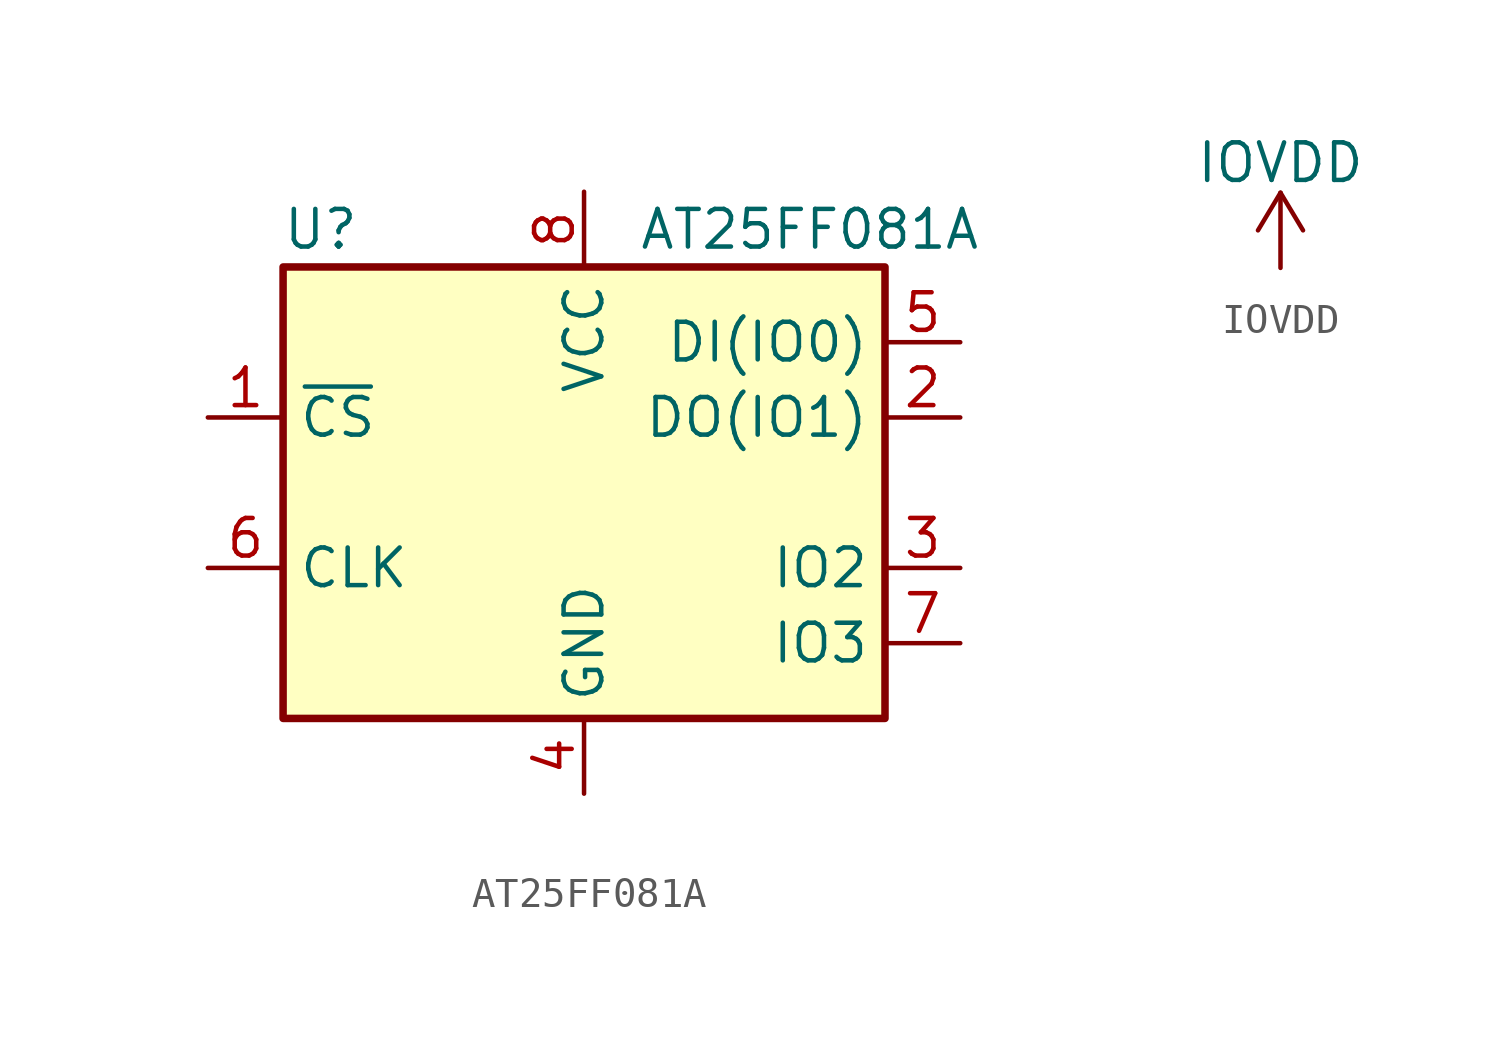
<source format=kicad_sym>
(kicad_symbol_lib
  (version 20211014)
  (generator kicad_symbol_editor)
  (symbol "AT25FF081A"
    (property "Reference" "U"
      (at -8.89 8.89 0)
      (effects (font (size 1.27 1.27))))
    (property "Value" "AT25FF081A"
      (at 7.62 8.89 0)
      (effects (font (size 1.27 1.27))))
    (symbol "AT25FF081A_0_1"
      (rectangle (start -10.16 7.62) (end 10.16 -7.62) (stroke (width 0.254) (type default) (color 0 0 0 0)) (fill (type background))))
    (symbol "AT25FF081A_1_1"
      (pin input line (at -12.7 2.54 0) (length 2.54) (name "~{CS}" (effects (font (size 1.27 1.27)))) (number "1" (effects (font (size 1.27 1.27)))))
      (pin bidirectional line (at 12.7 2.54 180) (length 2.54) (name "DO(IO1)" (effects (font (size 1.27 1.27)))) (number "2" (effects (font (size 1.27 1.27)))))
      (pin bidirectional line (at 12.7 -2.54 180) (length 2.54) (name "IO2" (effects (font (size 1.27 1.27)))) (number "3" (effects (font (size 1.27 1.27)))))
      (pin power_in line (at 0 -10.16 90) (length 2.54) (name "GND" (effects (font (size 1.27 1.27)))) (number "4" (effects (font (size 1.27 1.27)))))
      (pin bidirectional line (at 12.7 5.08 180) (length 2.54) (name "DI(IO0)" (effects (font (size 1.27 1.27)))) (number "5" (effects (font (size 1.27 1.27)))))
      (pin input line (at -12.7 -2.54 0) (length 2.54) (name "CLK" (effects (font (size 1.27 1.27)))) (number "6" (effects (font (size 1.27 1.27)))))
      (pin bidirectional line (at 12.7 -5.08 180) (length 2.54) (name "IO3" (effects (font (size 1.27 1.27)))) (number "7" (effects (font (size 1.27 1.27)))))
      (pin power_in line (at 0 10.16 270) (length 2.54) (name "VCC" (effects (font (size 1.27 1.27)))) (number "8" (effects (font (size 1.27 1.27)))))))
  (symbol "IOVDD"
    (power)
    (pin_names
      (offset 0))
    (property "Reference" "#PWR"
      (at 0 -3.81 0)
      (effects (font (size 1.27 1.27)) hide))
    (property "Value" "IOVDD"
      (at 0 3.556 0)
      (effects (font (size 1.27 1.27))))
    (symbol "IOVDD_0_1"
      (polyline (pts (xy -0.762 1.27) (xy 0 2.54)) (stroke (width 0) (type default) (color 0 0 0 0)) (fill (type none)))
      (polyline (pts (xy 0 0) (xy 0 2.54)) (stroke (width 0) (type default) (color 0 0 0 0)) (fill (type none)))
      (polyline (pts (xy 0 2.54) (xy 0.762 1.27)) (stroke (width 0) (type default) (color 0 0 0 0)) (fill (type none))))
    (symbol "IOVDD_1_1"
      (pin power_in line (at 0 0 90) (length 0) hide (name "IOVDD" (effects (font (size 1.27 1.27)))) (number "1" (effects (font (size 1.27 1.27))))))))
</source>
